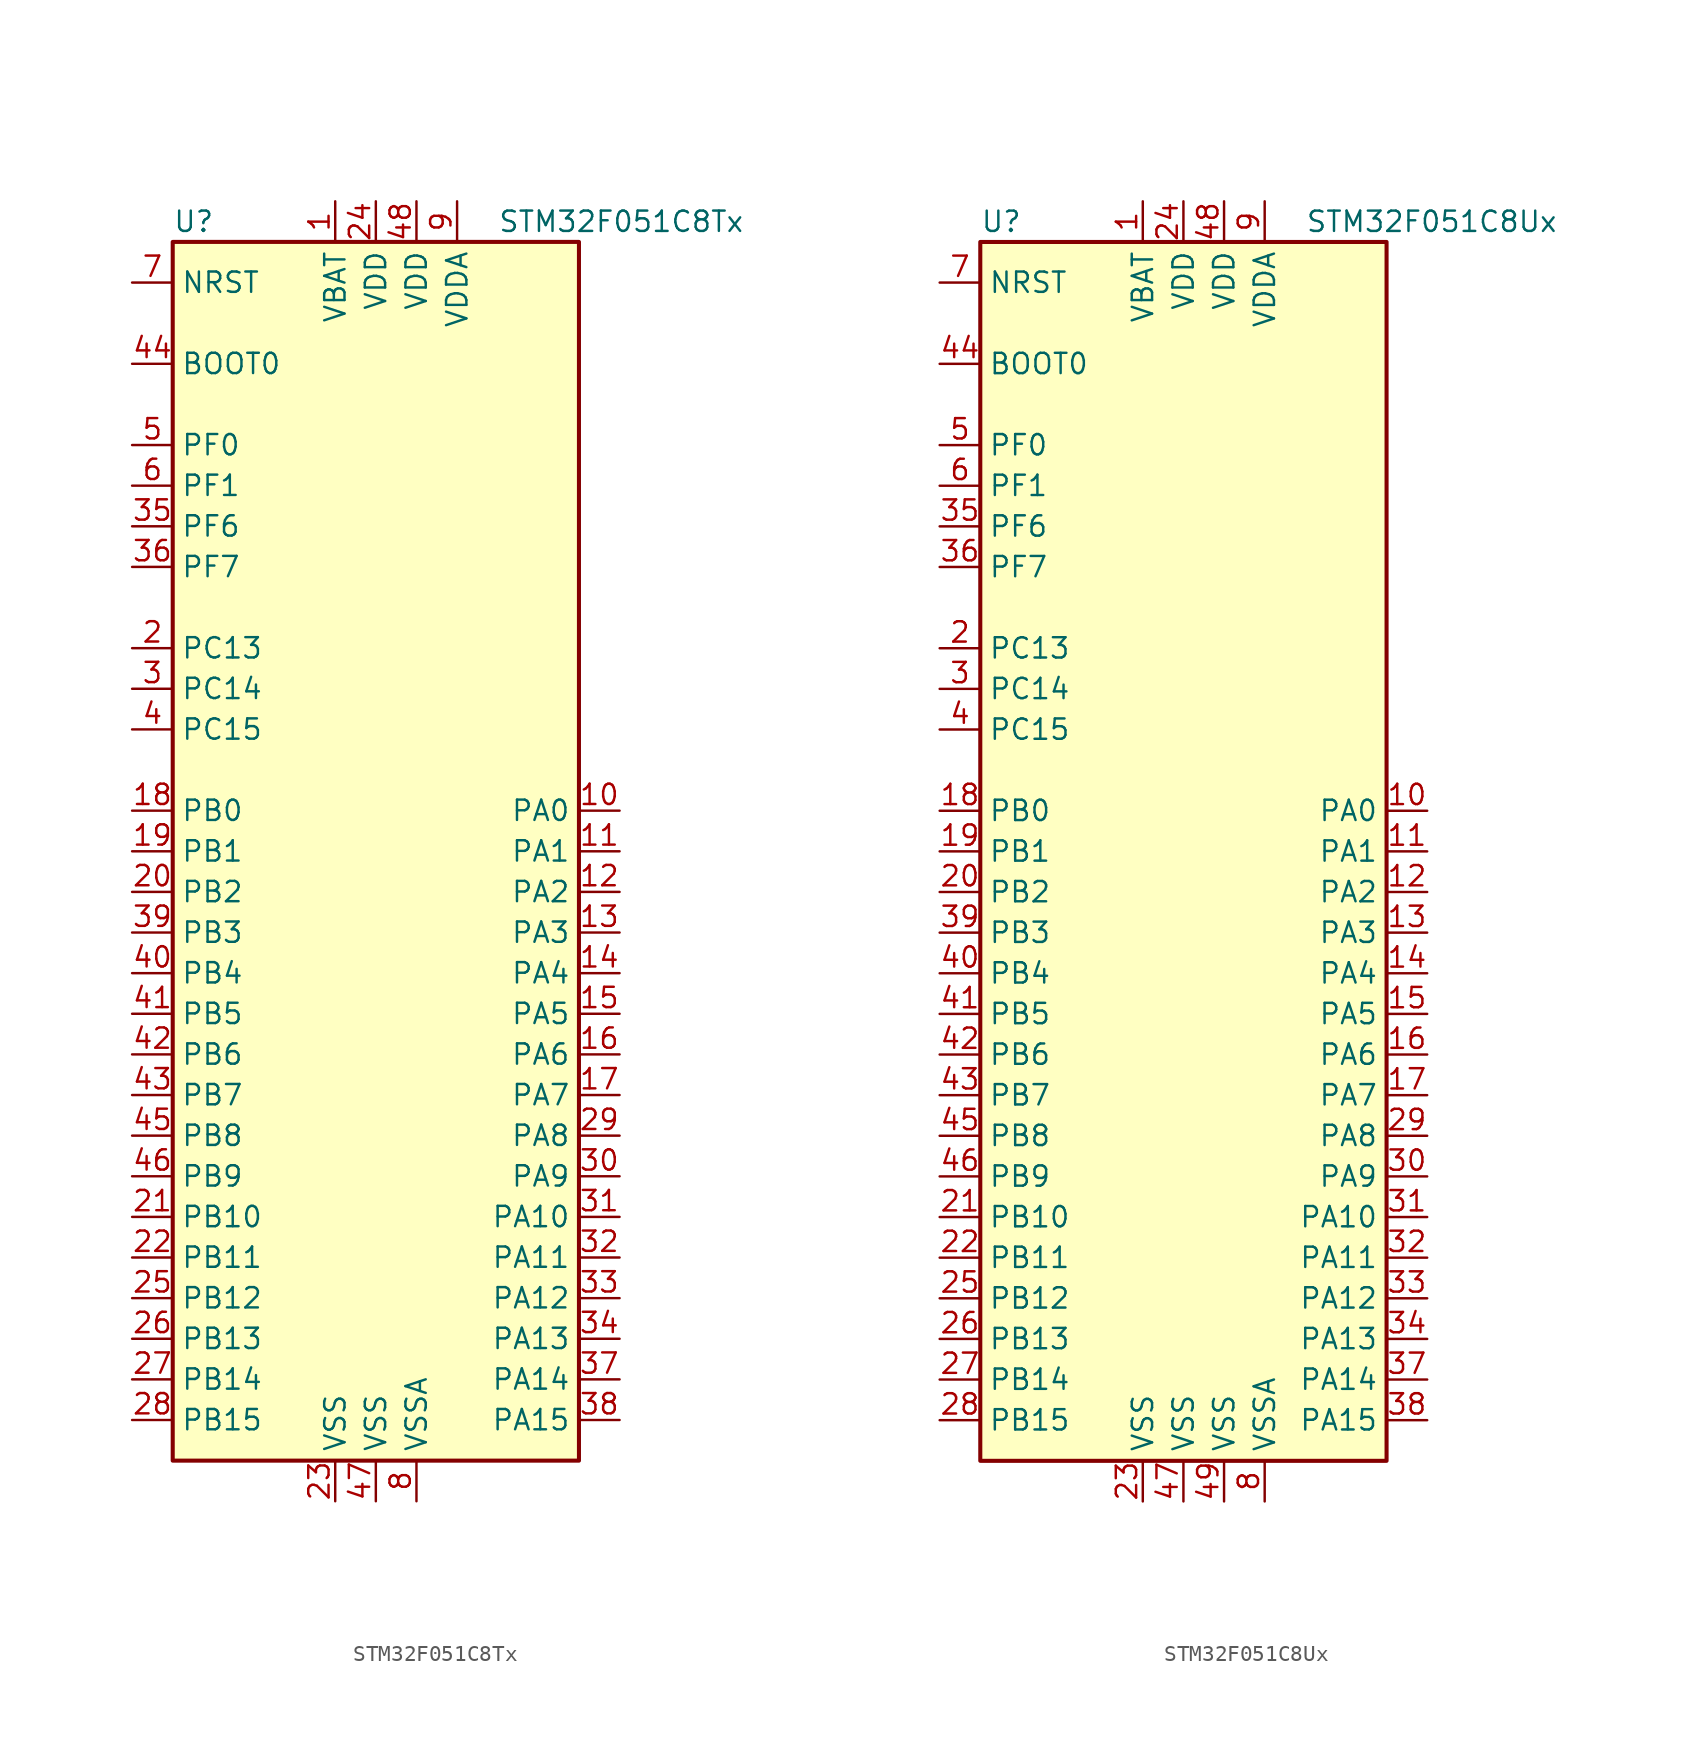
<source format=kicad_sym>
(kicad_symbol_lib
  (version 20211014)
  (generator kicad_symbol_editor)
  (symbol "STM32F051C8Tx"
    (property "Reference" "U"
      (at -12.7 39.37 0)
      (effects (font (size 1.27 1.27)) (justify left)))
    (property "Value" "STM32F051C8Tx"
      (at 7.62 39.37 0)
      (effects (font (size 1.27 1.27)) (justify left)))
    (symbol "STM32F051C8Tx_0_1"
      (rectangle (start -12.7 -38.1) (end 12.7 38.1) (stroke (width 0.254) (type default) (color 0 0 0 0)) (fill (type background))))
    (symbol "STM32F051C8Tx_1_1"
      (pin power_in line (at -2.54 40.64 270) (length 2.54) (name "VBAT" (effects (font (size 1.27 1.27)))) (number "1" (effects (font (size 1.27 1.27)))))
      (pin bidirectional line (at 15.24 2.54 180) (length 2.54) (name "PA0" (effects (font (size 1.27 1.27)))) (number "10" (effects (font (size 1.27 1.27)))))
      (pin bidirectional line (at 15.24 0 180) (length 2.54) (name "PA1" (effects (font (size 1.27 1.27)))) (number "11" (effects (font (size 1.27 1.27)))))
      (pin bidirectional line (at 15.24 -2.54 180) (length 2.54) (name "PA2" (effects (font (size 1.27 1.27)))) (number "12" (effects (font (size 1.27 1.27)))))
      (pin bidirectional line (at 15.24 -5.08 180) (length 2.54) (name "PA3" (effects (font (size 1.27 1.27)))) (number "13" (effects (font (size 1.27 1.27)))))
      (pin bidirectional line (at 15.24 -7.62 180) (length 2.54) (name "PA4" (effects (font (size 1.27 1.27)))) (number "14" (effects (font (size 1.27 1.27)))))
      (pin bidirectional line (at 15.24 -10.16 180) (length 2.54) (name "PA5" (effects (font (size 1.27 1.27)))) (number "15" (effects (font (size 1.27 1.27)))))
      (pin bidirectional line (at 15.24 -12.7 180) (length 2.54) (name "PA6" (effects (font (size 1.27 1.27)))) (number "16" (effects (font (size 1.27 1.27)))))
      (pin bidirectional line (at 15.24 -15.24 180) (length 2.54) (name "PA7" (effects (font (size 1.27 1.27)))) (number "17" (effects (font (size 1.27 1.27)))))
      (pin bidirectional line (at -15.24 2.54 0) (length 2.54) (name "PB0" (effects (font (size 1.27 1.27)))) (number "18" (effects (font (size 1.27 1.27)))))
      (pin bidirectional line (at -15.24 0 0) (length 2.54) (name "PB1" (effects (font (size 1.27 1.27)))) (number "19" (effects (font (size 1.27 1.27)))))
      (pin bidirectional line (at -15.24 12.7 0) (length 2.54) (name "PC13" (effects (font (size 1.27 1.27)))) (number "2" (effects (font (size 1.27 1.27)))))
      (pin bidirectional line (at -15.24 -2.54 0) (length 2.54) (name "PB2" (effects (font (size 1.27 1.27)))) (number "20" (effects (font (size 1.27 1.27)))))
      (pin bidirectional line (at -15.24 -22.86 0) (length 2.54) (name "PB10" (effects (font (size 1.27 1.27)))) (number "21" (effects (font (size 1.27 1.27)))))
      (pin bidirectional line (at -15.24 -25.4 0) (length 2.54) (name "PB11" (effects (font (size 1.27 1.27)))) (number "22" (effects (font (size 1.27 1.27)))))
      (pin power_in line (at -2.54 -40.64 90) (length 2.54) (name "VSS" (effects (font (size 1.27 1.27)))) (number "23" (effects (font (size 1.27 1.27)))))
      (pin power_in line (at 0 40.64 270) (length 2.54) (name "VDD" (effects (font (size 1.27 1.27)))) (number "24" (effects (font (size 1.27 1.27)))))
      (pin bidirectional line (at -15.24 -27.94 0) (length 2.54) (name "PB12" (effects (font (size 1.27 1.27)))) (number "25" (effects (font (size 1.27 1.27)))))
      (pin bidirectional line (at -15.24 -30.48 0) (length 2.54) (name "PB13" (effects (font (size 1.27 1.27)))) (number "26" (effects (font (size 1.27 1.27)))))
      (pin bidirectional line (at -15.24 -33.02 0) (length 2.54) (name "PB14" (effects (font (size 1.27 1.27)))) (number "27" (effects (font (size 1.27 1.27)))))
      (pin bidirectional line (at -15.24 -35.56 0) (length 2.54) (name "PB15" (effects (font (size 1.27 1.27)))) (number "28" (effects (font (size 1.27 1.27)))))
      (pin bidirectional line (at 15.24 -17.78 180) (length 2.54) (name "PA8" (effects (font (size 1.27 1.27)))) (number "29" (effects (font (size 1.27 1.27)))))
      (pin bidirectional line (at -15.24 10.16 0) (length 2.54) (name "PC14" (effects (font (size 1.27 1.27)))) (number "3" (effects (font (size 1.27 1.27)))))
      (pin bidirectional line (at 15.24 -20.32 180) (length 2.54) (name "PA9" (effects (font (size 1.27 1.27)))) (number "30" (effects (font (size 1.27 1.27)))))
      (pin bidirectional line (at 15.24 -22.86 180) (length 2.54) (name "PA10" (effects (font (size 1.27 1.27)))) (number "31" (effects (font (size 1.27 1.27)))))
      (pin bidirectional line (at 15.24 -25.4 180) (length 2.54) (name "PA11" (effects (font (size 1.27 1.27)))) (number "32" (effects (font (size 1.27 1.27)))))
      (pin bidirectional line (at 15.24 -27.94 180) (length 2.54) (name "PA12" (effects (font (size 1.27 1.27)))) (number "33" (effects (font (size 1.27 1.27)))))
      (pin bidirectional line (at 15.24 -30.48 180) (length 2.54) (name "PA13" (effects (font (size 1.27 1.27)))) (number "34" (effects (font (size 1.27 1.27)))))
      (pin bidirectional line (at -15.24 20.32 0) (length 2.54) (name "PF6" (effects (font (size 1.27 1.27)))) (number "35" (effects (font (size 1.27 1.27)))))
      (pin bidirectional line (at -15.24 17.78 0) (length 2.54) (name "PF7" (effects (font (size 1.27 1.27)))) (number "36" (effects (font (size 1.27 1.27)))))
      (pin bidirectional line (at 15.24 -33.02 180) (length 2.54) (name "PA14" (effects (font (size 1.27 1.27)))) (number "37" (effects (font (size 1.27 1.27)))))
      (pin bidirectional line (at 15.24 -35.56 180) (length 2.54) (name "PA15" (effects (font (size 1.27 1.27)))) (number "38" (effects (font (size 1.27 1.27)))))
      (pin bidirectional line (at -15.24 -5.08 0) (length 2.54) (name "PB3" (effects (font (size 1.27 1.27)))) (number "39" (effects (font (size 1.27 1.27)))))
      (pin bidirectional line (at -15.24 7.62 0) (length 2.54) (name "PC15" (effects (font (size 1.27 1.27)))) (number "4" (effects (font (size 1.27 1.27)))))
      (pin bidirectional line (at -15.24 -7.62 0) (length 2.54) (name "PB4" (effects (font (size 1.27 1.27)))) (number "40" (effects (font (size 1.27 1.27)))))
      (pin bidirectional line (at -15.24 -10.16 0) (length 2.54) (name "PB5" (effects (font (size 1.27 1.27)))) (number "41" (effects (font (size 1.27 1.27)))))
      (pin bidirectional line (at -15.24 -12.7 0) (length 2.54) (name "PB6" (effects (font (size 1.27 1.27)))) (number "42" (effects (font (size 1.27 1.27)))))
      (pin bidirectional line (at -15.24 -15.24 0) (length 2.54) (name "PB7" (effects (font (size 1.27 1.27)))) (number "43" (effects (font (size 1.27 1.27)))))
      (pin input line (at -15.24 30.48 0) (length 2.54) (name "BOOT0" (effects (font (size 1.27 1.27)))) (number "44" (effects (font (size 1.27 1.27)))))
      (pin bidirectional line (at -15.24 -17.78 0) (length 2.54) (name "PB8" (effects (font (size 1.27 1.27)))) (number "45" (effects (font (size 1.27 1.27)))))
      (pin bidirectional line (at -15.24 -20.32 0) (length 2.54) (name "PB9" (effects (font (size 1.27 1.27)))) (number "46" (effects (font (size 1.27 1.27)))))
      (pin power_in line (at 0 -40.64 90) (length 2.54) (name "VSS" (effects (font (size 1.27 1.27)))) (number "47" (effects (font (size 1.27 1.27)))))
      (pin power_in line (at 2.54 40.64 270) (length 2.54) (name "VDD" (effects (font (size 1.27 1.27)))) (number "48" (effects (font (size 1.27 1.27)))))
      (pin input line (at -15.24 25.4 0) (length 2.54) (name "PF0" (effects (font (size 1.27 1.27)))) (number "5" (effects (font (size 1.27 1.27)))))
      (pin input line (at -15.24 22.86 0) (length 2.54) (name "PF1" (effects (font (size 1.27 1.27)))) (number "6" (effects (font (size 1.27 1.27)))))
      (pin input line (at -15.24 35.56 0) (length 2.54) (name "NRST" (effects (font (size 1.27 1.27)))) (number "7" (effects (font (size 1.27 1.27)))))
      (pin power_in line (at 2.54 -40.64 90) (length 2.54) (name "VSSA" (effects (font (size 1.27 1.27)))) (number "8" (effects (font (size 1.27 1.27)))))
      (pin power_in line (at 5.08 40.64 270) (length 2.54) (name "VDDA" (effects (font (size 1.27 1.27)))) (number "9" (effects (font (size 1.27 1.27)))))))
  (symbol "STM32F051C8Ux"
    (property "Reference" "U"
      (at -12.7 39.37 0)
      (effects (font (size 1.27 1.27)) (justify left)))
    (property "Value" "STM32F051C8Ux"
      (at 7.62 39.37 0)
      (effects (font (size 1.27 1.27)) (justify left)))
    (symbol "STM32F051C8Ux_0_1"
      (rectangle (start -12.7 -38.1) (end 12.7 38.1) (stroke (width 0.254) (type default) (color 0 0 0 0)) (fill (type background))))
    (symbol "STM32F051C8Ux_1_1"
      (pin power_in line (at -2.54 40.64 270) (length 2.54) (name "VBAT" (effects (font (size 1.27 1.27)))) (number "1" (effects (font (size 1.27 1.27)))))
      (pin bidirectional line (at 15.24 2.54 180) (length 2.54) (name "PA0" (effects (font (size 1.27 1.27)))) (number "10" (effects (font (size 1.27 1.27)))))
      (pin bidirectional line (at 15.24 0 180) (length 2.54) (name "PA1" (effects (font (size 1.27 1.27)))) (number "11" (effects (font (size 1.27 1.27)))))
      (pin bidirectional line (at 15.24 -2.54 180) (length 2.54) (name "PA2" (effects (font (size 1.27 1.27)))) (number "12" (effects (font (size 1.27 1.27)))))
      (pin bidirectional line (at 15.24 -5.08 180) (length 2.54) (name "PA3" (effects (font (size 1.27 1.27)))) (number "13" (effects (font (size 1.27 1.27)))))
      (pin bidirectional line (at 15.24 -7.62 180) (length 2.54) (name "PA4" (effects (font (size 1.27 1.27)))) (number "14" (effects (font (size 1.27 1.27)))))
      (pin bidirectional line (at 15.24 -10.16 180) (length 2.54) (name "PA5" (effects (font (size 1.27 1.27)))) (number "15" (effects (font (size 1.27 1.27)))))
      (pin bidirectional line (at 15.24 -12.7 180) (length 2.54) (name "PA6" (effects (font (size 1.27 1.27)))) (number "16" (effects (font (size 1.27 1.27)))))
      (pin bidirectional line (at 15.24 -15.24 180) (length 2.54) (name "PA7" (effects (font (size 1.27 1.27)))) (number "17" (effects (font (size 1.27 1.27)))))
      (pin bidirectional line (at -15.24 2.54 0) (length 2.54) (name "PB0" (effects (font (size 1.27 1.27)))) (number "18" (effects (font (size 1.27 1.27)))))
      (pin bidirectional line (at -15.24 0 0) (length 2.54) (name "PB1" (effects (font (size 1.27 1.27)))) (number "19" (effects (font (size 1.27 1.27)))))
      (pin bidirectional line (at -15.24 12.7 0) (length 2.54) (name "PC13" (effects (font (size 1.27 1.27)))) (number "2" (effects (font (size 1.27 1.27)))))
      (pin bidirectional line (at -15.24 -2.54 0) (length 2.54) (name "PB2" (effects (font (size 1.27 1.27)))) (number "20" (effects (font (size 1.27 1.27)))))
      (pin bidirectional line (at -15.24 -22.86 0) (length 2.54) (name "PB10" (effects (font (size 1.27 1.27)))) (number "21" (effects (font (size 1.27 1.27)))))
      (pin bidirectional line (at -15.24 -25.4 0) (length 2.54) (name "PB11" (effects (font (size 1.27 1.27)))) (number "22" (effects (font (size 1.27 1.27)))))
      (pin power_in line (at -2.54 -40.64 90) (length 2.54) (name "VSS" (effects (font (size 1.27 1.27)))) (number "23" (effects (font (size 1.27 1.27)))))
      (pin power_in line (at 0 40.64 270) (length 2.54) (name "VDD" (effects (font (size 1.27 1.27)))) (number "24" (effects (font (size 1.27 1.27)))))
      (pin bidirectional line (at -15.24 -27.94 0) (length 2.54) (name "PB12" (effects (font (size 1.27 1.27)))) (number "25" (effects (font (size 1.27 1.27)))))
      (pin bidirectional line (at -15.24 -30.48 0) (length 2.54) (name "PB13" (effects (font (size 1.27 1.27)))) (number "26" (effects (font (size 1.27 1.27)))))
      (pin bidirectional line (at -15.24 -33.02 0) (length 2.54) (name "PB14" (effects (font (size 1.27 1.27)))) (number "27" (effects (font (size 1.27 1.27)))))
      (pin bidirectional line (at -15.24 -35.56 0) (length 2.54) (name "PB15" (effects (font (size 1.27 1.27)))) (number "28" (effects (font (size 1.27 1.27)))))
      (pin bidirectional line (at 15.24 -17.78 180) (length 2.54) (name "PA8" (effects (font (size 1.27 1.27)))) (number "29" (effects (font (size 1.27 1.27)))))
      (pin bidirectional line (at -15.24 10.16 0) (length 2.54) (name "PC14" (effects (font (size 1.27 1.27)))) (number "3" (effects (font (size 1.27 1.27)))))
      (pin bidirectional line (at 15.24 -20.32 180) (length 2.54) (name "PA9" (effects (font (size 1.27 1.27)))) (number "30" (effects (font (size 1.27 1.27)))))
      (pin bidirectional line (at 15.24 -22.86 180) (length 2.54) (name "PA10" (effects (font (size 1.27 1.27)))) (number "31" (effects (font (size 1.27 1.27)))))
      (pin bidirectional line (at 15.24 -25.4 180) (length 2.54) (name "PA11" (effects (font (size 1.27 1.27)))) (number "32" (effects (font (size 1.27 1.27)))))
      (pin bidirectional line (at 15.24 -27.94 180) (length 2.54) (name "PA12" (effects (font (size 1.27 1.27)))) (number "33" (effects (font (size 1.27 1.27)))))
      (pin bidirectional line (at 15.24 -30.48 180) (length 2.54) (name "PA13" (effects (font (size 1.27 1.27)))) (number "34" (effects (font (size 1.27 1.27)))))
      (pin bidirectional line (at -15.24 20.32 0) (length 2.54) (name "PF6" (effects (font (size 1.27 1.27)))) (number "35" (effects (font (size 1.27 1.27)))))
      (pin bidirectional line (at -15.24 17.78 0) (length 2.54) (name "PF7" (effects (font (size 1.27 1.27)))) (number "36" (effects (font (size 1.27 1.27)))))
      (pin bidirectional line (at 15.24 -33.02 180) (length 2.54) (name "PA14" (effects (font (size 1.27 1.27)))) (number "37" (effects (font (size 1.27 1.27)))))
      (pin bidirectional line (at 15.24 -35.56 180) (length 2.54) (name "PA15" (effects (font (size 1.27 1.27)))) (number "38" (effects (font (size 1.27 1.27)))))
      (pin bidirectional line (at -15.24 -5.08 0) (length 2.54) (name "PB3" (effects (font (size 1.27 1.27)))) (number "39" (effects (font (size 1.27 1.27)))))
      (pin bidirectional line (at -15.24 7.62 0) (length 2.54) (name "PC15" (effects (font (size 1.27 1.27)))) (number "4" (effects (font (size 1.27 1.27)))))
      (pin bidirectional line (at -15.24 -7.62 0) (length 2.54) (name "PB4" (effects (font (size 1.27 1.27)))) (number "40" (effects (font (size 1.27 1.27)))))
      (pin bidirectional line (at -15.24 -10.16 0) (length 2.54) (name "PB5" (effects (font (size 1.27 1.27)))) (number "41" (effects (font (size 1.27 1.27)))))
      (pin bidirectional line (at -15.24 -12.7 0) (length 2.54) (name "PB6" (effects (font (size 1.27 1.27)))) (number "42" (effects (font (size 1.27 1.27)))))
      (pin bidirectional line (at -15.24 -15.24 0) (length 2.54) (name "PB7" (effects (font (size 1.27 1.27)))) (number "43" (effects (font (size 1.27 1.27)))))
      (pin input line (at -15.24 30.48 0) (length 2.54) (name "BOOT0" (effects (font (size 1.27 1.27)))) (number "44" (effects (font (size 1.27 1.27)))))
      (pin bidirectional line (at -15.24 -17.78 0) (length 2.54) (name "PB8" (effects (font (size 1.27 1.27)))) (number "45" (effects (font (size 1.27 1.27)))))
      (pin bidirectional line (at -15.24 -20.32 0) (length 2.54) (name "PB9" (effects (font (size 1.27 1.27)))) (number "46" (effects (font (size 1.27 1.27)))))
      (pin power_in line (at 0 -40.64 90) (length 2.54) (name "VSS" (effects (font (size 1.27 1.27)))) (number "47" (effects (font (size 1.27 1.27)))))
      (pin power_in line (at 2.54 40.64 270) (length 2.54) (name "VDD" (effects (font (size 1.27 1.27)))) (number "48" (effects (font (size 1.27 1.27)))))
      (pin power_in line (at 2.54 -40.64 90) (length 2.54) (name "VSS" (effects (font (size 1.27 1.27)))) (number "49" (effects (font (size 1.27 1.27)))))
      (pin input line (at -15.24 25.4 0) (length 2.54) (name "PF0" (effects (font (size 1.27 1.27)))) (number "5" (effects (font (size 1.27 1.27)))))
      (pin input line (at -15.24 22.86 0) (length 2.54) (name "PF1" (effects (font (size 1.27 1.27)))) (number "6" (effects (font (size 1.27 1.27)))))
      (pin input line (at -15.24 35.56 0) (length 2.54) (name "NRST" (effects (font (size 1.27 1.27)))) (number "7" (effects (font (size 1.27 1.27)))))
      (pin power_in line (at 5.08 -40.64 90) (length 2.54) (name "VSSA" (effects (font (size 1.27 1.27)))) (number "8" (effects (font (size 1.27 1.27)))))
      (pin power_in line (at 5.08 40.64 270) (length 2.54) (name "VDDA" (effects (font (size 1.27 1.27)))) (number "9" (effects (font (size 1.27 1.27))))))))
</source>
